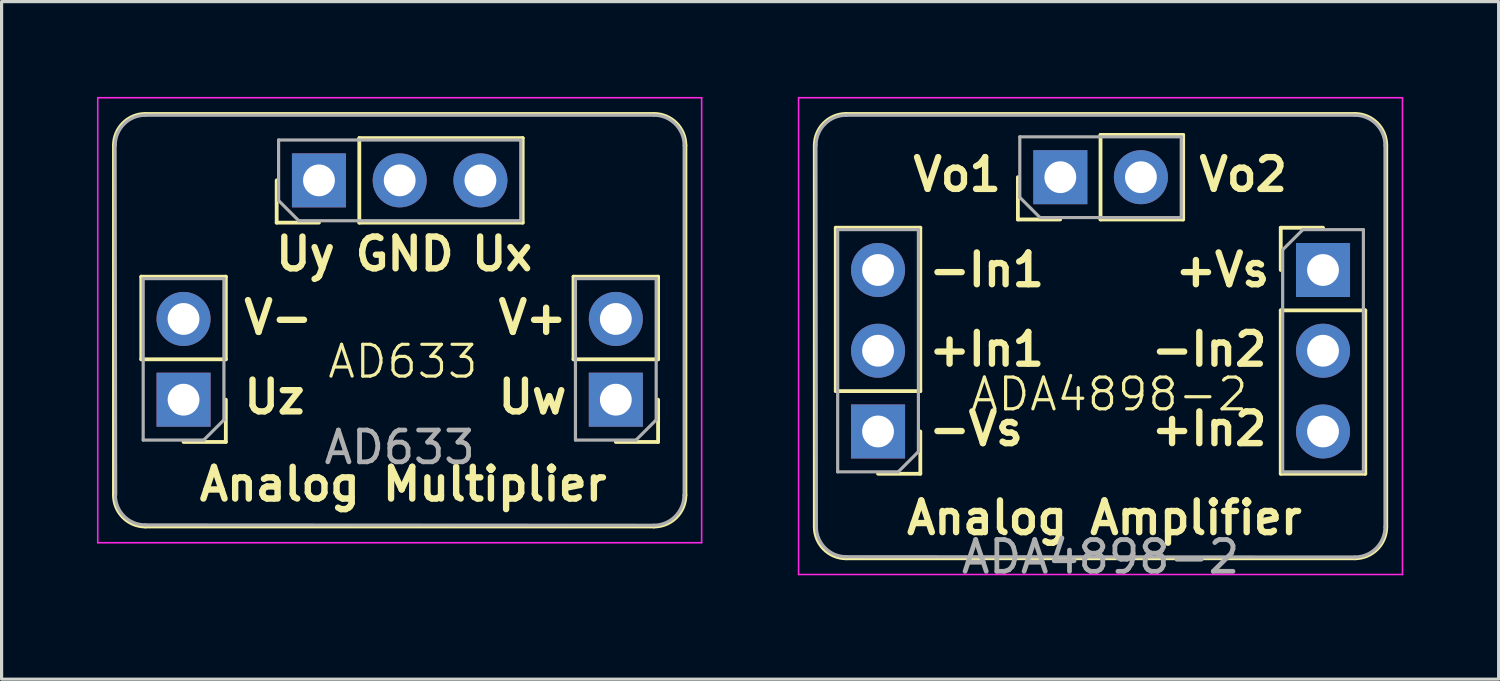
<source format=kicad_pcb>
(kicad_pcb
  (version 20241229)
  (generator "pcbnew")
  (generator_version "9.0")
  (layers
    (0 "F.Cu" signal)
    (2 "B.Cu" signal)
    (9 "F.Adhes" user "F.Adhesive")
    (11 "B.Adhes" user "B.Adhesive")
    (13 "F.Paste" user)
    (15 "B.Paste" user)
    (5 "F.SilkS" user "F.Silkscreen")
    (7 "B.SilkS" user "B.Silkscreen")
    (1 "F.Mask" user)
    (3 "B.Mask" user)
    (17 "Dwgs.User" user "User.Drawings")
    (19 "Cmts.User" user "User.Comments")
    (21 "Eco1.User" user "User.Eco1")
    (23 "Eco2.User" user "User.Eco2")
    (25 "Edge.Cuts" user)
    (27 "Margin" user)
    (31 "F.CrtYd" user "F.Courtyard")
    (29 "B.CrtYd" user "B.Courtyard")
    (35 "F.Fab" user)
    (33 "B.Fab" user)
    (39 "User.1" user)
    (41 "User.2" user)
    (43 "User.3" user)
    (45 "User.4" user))
  (footprint "AD633"
    (layer "F.Cu")
    (at 2.725 9.525)
    (property "Reference" "AD633" (at 6.9 -1.2 0) (unlocked yes) (layer "F.SilkS") (effects (font (size 1 1) (thickness 0.1))))
    (attr through_hole)
    (fp_line (start -2.2 3) (end -2.2 -8) (stroke (width 0.1) (type default)) (layer "F.SilkS"))
    (fp_line (start -1.33 -1.27) (end -1.33 -3.87) (stroke (width 0.12) (type solid)) (layer "F.SilkS"))
    (fp_line (start 1.33 -3.87) (end -1.33 -3.87) (stroke (width 0.12) (type solid)) (layer "F.SilkS"))
    (fp_line (start 1.33 -1.27) (end -1.33 -1.27) (stroke (width 0.12) (type solid)) (layer "F.SilkS"))
    (fp_line (start 1.33 -1.27) (end 1.33 -3.87) (stroke (width 0.12) (type solid)) (layer "F.SilkS"))
    (fp_line (start 1.33 0) (end 1.33 1.33) (stroke (width 0.12) (type solid)) (layer "F.SilkS"))
    (fp_line (start 1.33 1.33) (end 0 1.33) (stroke (width 0.12) (type solid)) (layer "F.SilkS"))
    (fp_line (start 2.93 -5.57) (end 2.93 -6.9) (stroke (width 0.12) (type solid)) (layer "F.SilkS"))
    (fp_line (start 4.26 -5.57) (end 2.93 -5.57) (stroke (width 0.12) (type solid)) (layer "F.SilkS"))
    (fp_line (start 5.53 -8.23) (end 10.67 -8.23) (stroke (width 0.12) (type solid)) (layer "F.SilkS"))
    (fp_line (start 5.53 -5.57) (end 5.53 -8.23) (stroke (width 0.12) (type solid)) (layer "F.SilkS"))
    (fp_line (start 5.53 -5.57) (end 10.67 -5.57) (stroke (width 0.12) (type solid)) (layer "F.SilkS"))
    (fp_line (start 10.67 -5.57) (end 10.67 -8.23) (stroke (width 0.12) (type solid)) (layer "F.SilkS"))
    (fp_line (start 12.27 -1.27) (end 12.27 -3.87) (stroke (width 0.12) (type solid)) (layer "F.SilkS"))
    (fp_line (start 14.8 -9) (end -1.2 -9) (stroke (width 0.1) (type default)) (layer "F.SilkS"))
    (fp_line (start 14.8 4) (end -1.2 4) (stroke (width 0.1) (type default)) (layer "F.SilkS"))
    (fp_line (start 14.93 -3.87) (end 12.27 -3.87) (stroke (width 0.12) (type solid)) (layer "F.SilkS"))
    (fp_line (start 14.93 -1.27) (end 12.27 -1.27) (stroke (width 0.12) (type solid)) (layer "F.SilkS"))
    (fp_line (start 14.93 -1.27) (end 14.93 -3.87) (stroke (width 0.12) (type solid)) (layer "F.SilkS"))
    (fp_line (start 14.93 0) (end 14.93 1.33) (stroke (width 0.12) (type solid)) (layer "F.SilkS"))
    (fp_line (start 14.93 1.33) (end 13.6 1.33) (stroke (width 0.12) (type solid)) (layer "F.SilkS"))
    (fp_line (start 15.8 3) (end 15.8 -8) (stroke (width 0.1) (type default)) (layer "F.SilkS"))
    (fp_arc (start -2.2 -8) (mid -1.907107 -8.707106) (end -1.2 -9) (stroke (width 0.1) (type default)) (layer "F.SilkS"))
    (fp_arc (start -1.2 4) (mid -1.907106 3.707106) (end -2.2 3) (stroke (width 0.1) (type default)) (layer "F.SilkS"))
    (fp_arc (start 14.8 -9) (mid 15.507106 -8.707107) (end 15.8 -8) (stroke (width 0.1) (type default)) (layer "F.SilkS"))
    (fp_arc (start 15.8 3) (mid 15.507107 3.707106) (end 14.8 4) (stroke (width 0.1) (type default)) (layer "F.SilkS"))
    (fp_line (start -2.7 -9.5) (end -2.7 4.5) (stroke (width 0.05) (type solid)) (layer "F.CrtYd"))
    (fp_line (start -2.7 4.5) (end 16.3 4.5) (stroke (width 0.05) (type solid)) (layer "F.CrtYd"))
    (fp_line (start 16.3 -9.5) (end -2.7 -9.5) (stroke (width 0.05) (type solid)) (layer "F.CrtYd"))
    (fp_line (start 16.3 4.5) (end 16.3 -9.5) (stroke (width 0.05) (type solid)) (layer "F.CrtYd"))
    (fp_line (start -2.135 3) (end -2.154 -8) (stroke (width 0.1) (type solid)) (layer "F.Fab"))
    (fp_line (start -1.27 -3.81) (end 1.27 -3.81) (stroke (width 0.1) (type solid)) (layer "F.Fab"))
    (fp_line (start -1.27 1.27) (end -1.27 -3.81) (stroke (width 0.1) (type solid)) (layer "F.Fab"))
    (fp_line (start 0.635 1.27) (end -1.27 1.27) (stroke (width 0.1) (type solid)) (layer "F.Fab"))
    (fp_line (start 1.27 -3.81) (end 1.27 0.635) (stroke (width 0.1) (type solid)) (layer "F.Fab"))
    (fp_line (start 1.27 0.635) (end 0.635 1.27) (stroke (width 0.1) (type solid)) (layer "F.Fab"))
    (fp_line (start 2.99 -8.17) (end 10.61 -8.17) (stroke (width 0.1) (type solid)) (layer "F.Fab"))
    (fp_line (start 2.99 -6.265) (end 2.99 -8.17) (stroke (width 0.1) (type solid)) (layer "F.Fab"))
    (fp_line (start 3.625 -5.63) (end 2.99 -6.265) (stroke (width 0.1) (type solid)) (layer "F.Fab"))
    (fp_line (start 10.61 -8.17) (end 10.61 -5.63) (stroke (width 0.1) (type solid)) (layer "F.Fab"))
    (fp_line (start 10.61 -5.63) (end 3.625 -5.63) (stroke (width 0.1) (type solid)) (layer "F.Fab"))
    (fp_line (start 12.33 -3.81) (end 14.87 -3.81) (stroke (width 0.1) (type solid)) (layer "F.Fab"))
    (fp_line (start 12.33 1.27) (end 12.33 -3.81) (stroke (width 0.1) (type solid)) (layer "F.Fab"))
    (fp_line (start 14.235 1.27) (end 12.33 1.27) (stroke (width 0.1) (type solid)) (layer "F.Fab"))
    (fp_line (start 14.795 3.95) (end -1.205 3.94) (stroke (width 0.1) (type solid)) (layer "F.Fab"))
    (fp_line (start 14.8 -8.95) (end -1.2 -8.95) (stroke (width 0.1) (type solid)) (layer "F.Fab"))
    (fp_line (start 14.87 -3.81) (end 14.87 0.635) (stroke (width 0.1) (type solid)) (layer "F.Fab"))
    (fp_line (start 14.87 0.635) (end 14.235 1.27) (stroke (width 0.1) (type solid)) (layer "F.Fab"))
    (fp_line (start 15.75 3) (end 15.75 -7.995) (stroke (width 0.1) (type solid)) (layer "F.Fab"))
    (fp_arc (start -2.15 -8) (mid -1.871751 -8.671751) (end -1.2 -8.95) (stroke (width 0.1) (type default)) (layer "F.Fab"))
    (fp_arc (start -1.205 3.94) (mid -1.869681 3.664681) (end -2.145 3) (stroke (width 0.1) (type default)) (layer "F.Fab"))
    (fp_arc (start 14.8 -8.95) (mid 15.471751 -8.671751) (end 15.75 -8) (stroke (width 0.1) (type default)) (layer "F.Fab"))
    (fp_arc (start 15.745 3) (mid 15.466751 3.671751) (end 14.795 3.95) (stroke (width 0.1) (type default)) (layer "F.Fab"))
    (fp_text user "Uy" (at 2.8 -4 0) (unlocked yes) (layer "F.SilkS") (effects (font (size 1 1) (thickness 0.2)) (justify left bottom)))
    (fp_text user "GND" (at 5.3 -4 0) (unlocked yes) (layer "F.SilkS") (effects (font (size 1 1) (thickness 0.2) (bold yes)) (justify left bottom)))
    (fp_text user "Uw" (at 9.8 0.5 0) (unlocked yes) (layer "F.SilkS") (effects (font (size 1 1) (thickness 0.2) (bold yes)) (justify left bottom)))
    (fp_text user "Ux" (at 8.962 -4.002 0) (unlocked yes) (layer "F.SilkS") (effects (font (size 1 1) (thickness 0.2) (bold yes)) (justify left bottom)))
    (fp_text user "V-" (at 1.8 -2 0) (unlocked yes) (layer "F.SilkS") (effects (font (size 1 1) (thickness 0.2) (bold yes)) (justify left bottom)))
    (fp_text user "V+" (at 9.8 -2 0) (unlocked yes) (layer "F.SilkS") (effects (font (size 1 1) (thickness 0.2)) (justify left bottom)))
    (fp_text user "Uz" (at 1.8 0.5 0) (unlocked yes) (layer "F.SilkS") (effects (font (size 1 1) (thickness 0.2) (bold yes)) (justify left bottom)))
    (fp_text user "Analog Multiplier" (at 0.397 3.243 0) (unlocked yes) (layer "F.SilkS") (effects (font (size 1 1) (thickness 0.2)) (justify left bottom)))
    (fp_text user "${REFERENCE}" (at 6.8 1.5 0) (unlocked yes) (layer "F.Fab") (effects (font (size 1 1) (thickness 0.15))))
    (pad "1" thru_hole rect (at 0 0) (size 1.7 1.7) (drill 1) (layers "*.Cu" "*.Mask"))
    (pad "2" thru_hole oval (at 0 -2.54) (size 1.7 1.7) (drill 1) (layers "*.Cu" "*.Mask"))
    (pad "3" thru_hole rect (at 4.26 -6.9 270) (size 1.7 1.7) (drill 1) (layers "*.Cu" "*.Mask"))
    (pad "4" thru_hole oval (at 6.8 -6.9 270) (size 1.7 1.7) (drill 1) (layers "*.Cu" "*.Mask"))
    (pad "5" thru_hole oval (at 9.34 -6.9 270) (size 1.7 1.7) (drill 1) (layers "*.Cu" "*.Mask"))
    (pad "6" thru_hole oval (at 13.6 -2.54) (size 1.7 1.7) (drill 1) (layers "*.Cu" "*.Mask"))
    (pad "7" thru_hole rect (at 13.6 0) (size 1.7 1.7) (drill 1) (layers "*.Cu" "*.Mask")))
  (footprint "ADA4898-2"
    (layer "F.Cu")
    (at 24.575 10.525)
    (property "Reference" "ADA4898-2" (at 7.275 -1.17 0) (unlocked yes) (layer "F.SilkS") (effects (font (size 1 1) (thickness 0.1))))
    (attr through_hole)
    (fp_line (start -2 -9) (end -2 3) (stroke (width 0.1) (type default)) (layer "F.SilkS"))
    (fp_line (start -1.33 -1.27) (end -1.33 -6.41) (stroke (width 0.12) (type solid)) (layer "F.SilkS"))
    (fp_line (start 1.33 -6.41) (end -1.33 -6.41) (stroke (width 0.12) (type solid)) (layer "F.SilkS"))
    (fp_line (start 1.33 -1.27) (end -1.33 -1.27) (stroke (width 0.12) (type solid)) (layer "F.SilkS"))
    (fp_line (start 1.33 -1.27) (end 1.33 -6.41) (stroke (width 0.12) (type solid)) (layer "F.SilkS"))
    (fp_line (start 1.33 0) (end 1.33 1.33) (stroke (width 0.12) (type solid)) (layer "F.SilkS"))
    (fp_line (start 1.33 1.33) (end 0 1.33) (stroke (width 0.12) (type solid)) (layer "F.SilkS"))
    (fp_line (start 4.4 -6.67) (end 4.4 -8) (stroke (width 0.12) (type solid)) (layer "F.SilkS"))
    (fp_line (start 5.73 -6.67) (end 4.4 -6.67) (stroke (width 0.12) (type solid)) (layer "F.SilkS"))
    (fp_line (start 7 -9.33) (end 9.6 -9.33) (stroke (width 0.12) (type solid)) (layer "F.SilkS"))
    (fp_line (start 7 -6.67) (end 7 -9.33) (stroke (width 0.12) (type solid)) (layer "F.SilkS"))
    (fp_line (start 7 -6.67) (end 9.6 -6.67) (stroke (width 0.12) (type solid)) (layer "F.SilkS"))
    (fp_line (start 9.6 -6.67) (end 9.6 -9.33) (stroke (width 0.12) (type solid)) (layer "F.SilkS"))
    (fp_line (start 12.67 -6.41) (end 14 -6.41) (stroke (width 0.12) (type solid)) (layer "F.SilkS"))
    (fp_line (start 12.67 -5.08) (end 12.67 -6.41) (stroke (width 0.12) (type solid)) (layer "F.SilkS"))
    (fp_line (start 12.67 -3.81) (end 12.67 1.33) (stroke (width 0.12) (type solid)) (layer "F.SilkS"))
    (fp_line (start 12.67 -3.81) (end 15.33 -3.81) (stroke (width 0.12) (type solid)) (layer "F.SilkS"))
    (fp_line (start 12.67 1.33) (end 15.33 1.33) (stroke (width 0.12) (type solid)) (layer "F.SilkS"))
    (fp_line (start 15 -10) (end -1 -10) (stroke (width 0.1) (type default)) (layer "F.SilkS"))
    (fp_line (start 15 4) (end -1 4) (stroke (width 0.1) (type default)) (layer "F.SilkS"))
    (fp_line (start 15.33 -3.81) (end 15.33 1.33) (stroke (width 0.12) (type solid)) (layer "F.SilkS"))
    (fp_line (start 16 -9) (end 16 3) (stroke (width 0.1) (type default)) (layer "F.SilkS"))
    (fp_arc (start -2 -9) (mid -1.707107 -9.707106) (end -1 -10) (stroke (width 0.1) (type default)) (layer "F.SilkS"))
    (fp_arc (start -1 4) (mid -1.707106 3.707107) (end -2 3) (stroke (width 0.1) (type default)) (layer "F.SilkS"))
    (fp_arc (start 15 -10) (mid 15.707106 -9.707107) (end 16 -9) (stroke (width 0.1) (type default)) (layer "F.SilkS"))
    (fp_arc (start 16 3) (mid 15.707107 3.707106) (end 15 4) (stroke (width 0.1) (type default)) (layer "F.SilkS"))
    (fp_line (start -2.5 -10.5) (end -2.5 4.5) (stroke (width 0.05) (type solid)) (layer "F.CrtYd"))
    (fp_line (start -2.5 4.5) (end 16.5 4.5) (stroke (width 0.05) (type solid)) (layer "F.CrtYd"))
    (fp_line (start 16.5 -10.5) (end -2.5 -10.5) (stroke (width 0.05) (type solid)) (layer "F.CrtYd"))
    (fp_line (start 16.5 4.5) (end 16.5 -10.5) (stroke (width 0.05) (type solid)) (layer "F.CrtYd"))
    (fp_line (start -1.94 3) (end -1.954 -9) (stroke (width 0.1) (type solid)) (layer "F.Fab"))
    (fp_line (start -1.27 -6.35) (end 1.27 -6.35) (stroke (width 0.1) (type solid)) (layer "F.Fab"))
    (fp_line (start -1.27 1.27) (end -1.27 -6.35) (stroke (width 0.1) (type solid)) (layer "F.Fab"))
    (fp_line (start 0.635 1.27) (end -1.27 1.27) (stroke (width 0.1) (type solid)) (layer "F.Fab"))
    (fp_line (start 1.27 -6.35) (end 1.27 0.635) (stroke (width 0.1) (type solid)) (layer "F.Fab"))
    (fp_line (start 1.27 0.635) (end 0.635 1.27) (stroke (width 0.1) (type solid)) (layer "F.Fab"))
    (fp_line (start 4.46 -9.27) (end 9.54 -9.27) (stroke (width 0.1) (type solid)) (layer "F.Fab"))
    (fp_line (start 4.46 -7.365) (end 4.46 -9.27) (stroke (width 0.1) (type solid)) (layer "F.Fab"))
    (fp_line (start 5.095 -6.73) (end 4.46 -7.365) (stroke (width 0.1) (type solid)) (layer "F.Fab"))
    (fp_line (start 9.54 -9.27) (end 9.54 -6.73) (stroke (width 0.1) (type solid)) (layer "F.Fab"))
    (fp_line (start 9.54 -6.73) (end 5.095 -6.73) (stroke (width 0.1) (type solid)) (layer "F.Fab"))
    (fp_line (start 12.73 -5.715) (end 13.365 -6.35) (stroke (width 0.1) (type solid)) (layer "F.Fab"))
    (fp_line (start 12.73 1.27) (end 12.73 -5.715) (stroke (width 0.1) (type solid)) (layer "F.Fab"))
    (fp_line (start 13.365 -6.35) (end 15.27 -6.35) (stroke (width 0.1) (type solid)) (layer "F.Fab"))
    (fp_line (start 15 -9.95) (end -1 -9.95) (stroke (width 0.1) (type solid)) (layer "F.Fab"))
    (fp_line (start 15 3.95) (end -1 3.94) (stroke (width 0.1) (type solid)) (layer "F.Fab"))
    (fp_line (start 15.27 -6.35) (end 15.27 1.27) (stroke (width 0.1) (type solid)) (layer "F.Fab"))
    (fp_line (start 15.27 1.27) (end 12.73 1.27) (stroke (width 0.1) (type solid)) (layer "F.Fab"))
    (fp_line (start 15.95 3) (end 15.95 -9) (stroke (width 0.1) (type solid)) (layer "F.Fab"))
    (fp_arc (start -1.95 -9) (mid -1.671751 -9.671751) (end -1 -9.95) (stroke (width 0.1) (type default)) (layer "F.Fab"))
    (fp_arc (start -1 3.939948) (mid -1.664644 3.664644) (end -1.939948 3) (stroke (width 0.1) (type default)) (layer "F.Fab"))
    (fp_arc (start 15 -9.95) (mid 15.671751 -9.671751) (end 15.95 -9) (stroke (width 0.1) (type default)) (layer "F.Fab"))
    (fp_arc (start 15.95 3) (mid 15.671751 3.671751) (end 15 3.95) (stroke (width 0.1) (type default)) (layer "F.Fab"))
    (fp_text user "-Vs" (at 1.5 0.5 0) (unlocked yes) (layer "F.SilkS") (effects (font (size 1 1) (thickness 0.2) (bold yes)) (justify left bottom)))
    (fp_text user "+In1" (at 1.5 -2 0) (unlocked yes) (layer "F.SilkS") (effects (font (size 1 1) (thickness 0.2) (bold yes)) (justify left bottom)))
    (fp_text user "-In2" (at 8.5 -2 0) (unlocked yes) (layer "F.SilkS") (effects (font (size 1 1) (thickness 0.2) (bold yes)) (justify left bottom)))
    (fp_text user "-In1" (at 1.5 -4.5 0) (unlocked yes) (layer "F.SilkS") (effects (font (size 1 1) (thickness 0.2) (bold yes)) (justify left bottom)))
    (fp_text user "+In2" (at 8.5 0.5 0) (unlocked yes) (layer "F.SilkS") (effects (font (size 1 1) (thickness 0.2) (bold yes)) (justify left bottom)))
    (fp_text user "Vo1" (at 1 -7.5 0) (unlocked yes) (layer "F.SilkS") (effects (font (size 1 1) (thickness 0.2) (bold yes)) (justify left bottom)))
    (fp_text user "+Vs" (at 9.25 -4.5 0) (unlocked yes) (layer "F.SilkS") (effects (font (size 1 1) (thickness 0.2) (bold yes)) (justify left bottom)))
    (fp_text user "Analog Amplifier" (at 0.8 3.3 0) (unlocked yes) (layer "F.SilkS") (effects (font (size 1 1) (thickness 0.2) (bold yes)) (justify left bottom)))
    (fp_text user "Vo2" (at 10 -7.5 0) (unlocked yes) (layer "F.SilkS") (effects (font (size 1 1) (thickness 0.2) (bold yes)) (justify left bottom)))
    (fp_text user "${REFERENCE}" (at 7 3.945 0) (unlocked yes) (layer "F.Fab") (effects (font (size 1 1) (thickness 0.15))))
    (pad "1" thru_hole rect (at 0 0) (size 1.7 1.7) (drill 1) (layers "*.Cu" "*.Mask"))
    (pad "2" thru_hole oval (at 0 -2.54) (size 1.7 1.7) (drill 1) (layers "*.Cu" "*.Mask"))
    (pad "3" thru_hole oval (at 0 -5.08) (size 1.7 1.7) (drill 1) (layers "*.Cu" "*.Mask"))
    (pad "4" thru_hole rect (at 5.735 -8 270) (size 1.7 1.7) (drill 1) (layers "*.Cu" "*.Mask"))
    (pad "5" thru_hole oval (at 8.27 -8 270) (size 1.7 1.7) (drill 1) (layers "*.Cu" "*.Mask"))
    (pad "6" thru_hole rect (at 14 -5.08 180) (size 1.7 1.7) (drill 1) (layers "*.Cu" "*.Mask"))
    (pad "7" thru_hole oval (at 14 -2.54 180) (size 1.7 1.7) (drill 1) (layers "*.Cu" "*.Mask"))
    (pad "8" thru_hole oval (at 14 0 180) (size 1.7 1.7) (drill 1) (layers "*.Cu" "*.Mask")))
  (gr_rect
    (start -3 -3)
    (end 44.1 18.318)
    (stroke (width 0.1) (type default))
    (fill no)
    (layer "Edge.Cuts")))
</source>
